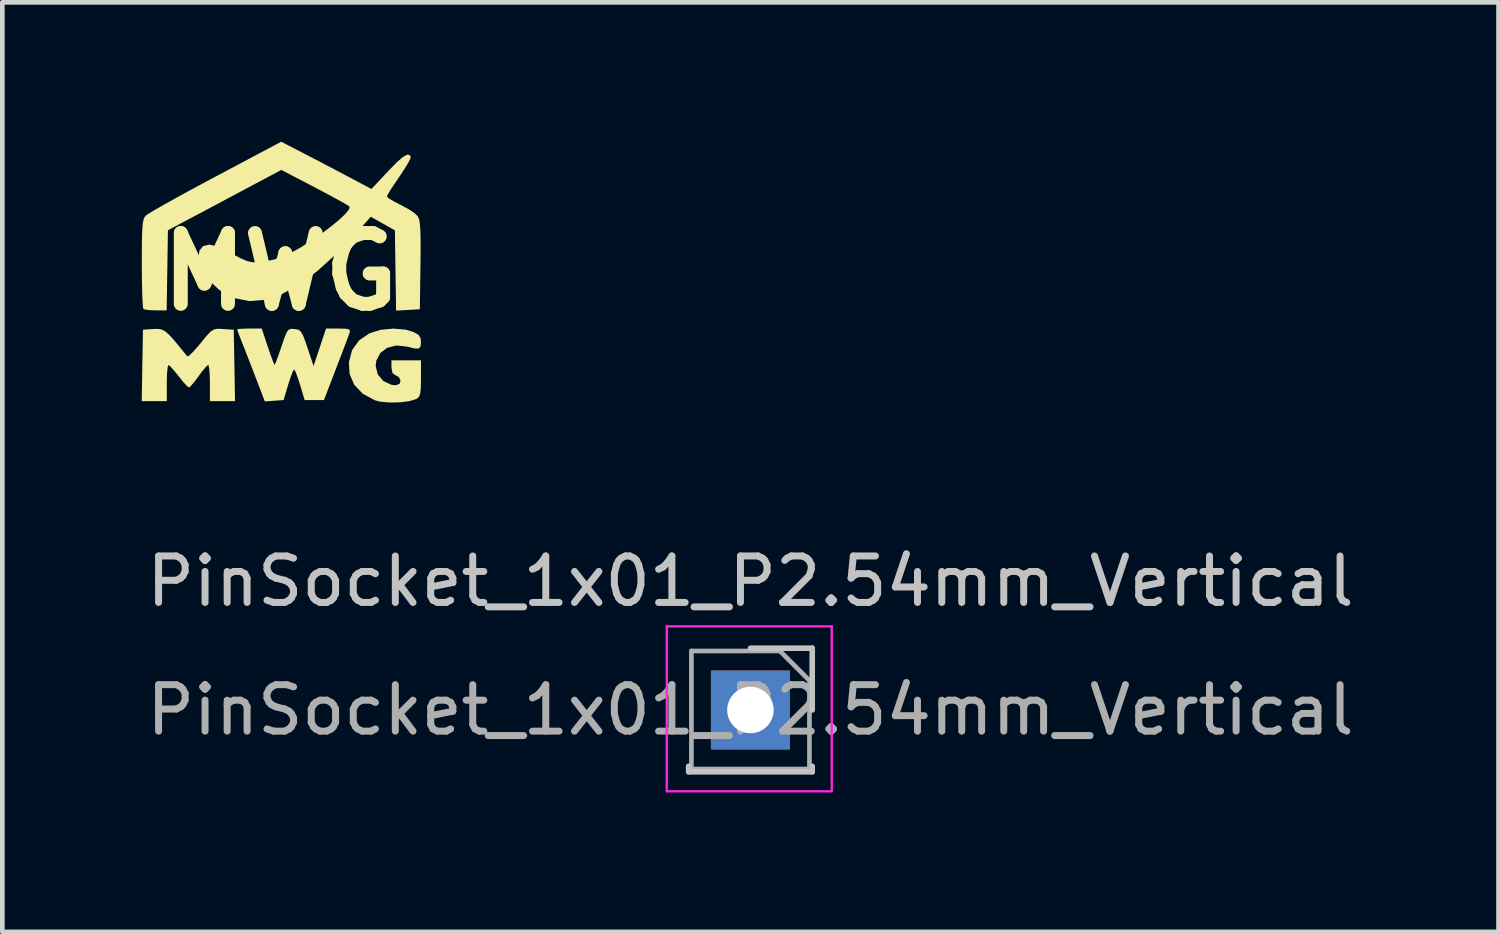
<source format=kicad_pcb>
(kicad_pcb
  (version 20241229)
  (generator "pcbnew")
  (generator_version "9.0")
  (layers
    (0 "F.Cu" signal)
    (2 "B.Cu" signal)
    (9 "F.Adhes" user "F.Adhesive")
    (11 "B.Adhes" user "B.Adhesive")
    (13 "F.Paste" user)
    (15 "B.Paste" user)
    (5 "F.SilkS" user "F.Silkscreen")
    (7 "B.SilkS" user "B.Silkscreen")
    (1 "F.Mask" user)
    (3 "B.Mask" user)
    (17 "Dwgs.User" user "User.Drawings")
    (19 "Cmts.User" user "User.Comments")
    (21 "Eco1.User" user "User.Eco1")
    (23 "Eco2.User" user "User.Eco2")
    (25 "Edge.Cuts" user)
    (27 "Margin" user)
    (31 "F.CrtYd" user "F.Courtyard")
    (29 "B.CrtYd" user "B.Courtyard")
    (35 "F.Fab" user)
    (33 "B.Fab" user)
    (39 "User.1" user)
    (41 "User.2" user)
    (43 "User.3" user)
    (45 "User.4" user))
  (footprint "MWG"
    (layer "F.Cu")
    (at 2.982 2.8)
    (property "Reference" "MWG" (at 0 0 0) (layer "F.SilkS") (effects (font (size 1.524 1.524) (thickness 0.3))))
    (attr board_only exclude_from_pos_files exclude_from_bom)
    (fp_poly (pts (xy -1.232 1.231) (xy -1.23 1.231) (xy -1.001 1.246) (xy -0.974 2.784) (xy -1.514 2.784) (xy -1.514 2.393) (xy -1.518 2.212) (xy -1.53 2.076) (xy -1.546 2.008) (xy -1.551 2.004) (xy -1.596 2.041) (xy -1.677 2.137) (xy -1.758 2.247) (xy -1.854 2.375) (xy -1.93 2.463) (xy -1.965 2.49) (xy -2.011 2.455) (xy -2.096 2.362) (xy -2.185 2.25) (xy -2.287 2.123) (xy -2.368 2.034) (xy -2.406 2.005) (xy -2.423 2.049) (xy -2.435 2.167) (xy -2.442 2.338) (xy -2.442 2.393) (xy -2.442 2.784) (xy -2.982 2.784) (xy -2.969 2.015) (xy -2.955 1.246) (xy -2.729 1.231) (xy -2.635 1.228) (xy -2.557 1.24) (xy -2.481 1.278) (xy -2.394 1.353) (xy -2.283 1.475) (xy -2.134 1.656) (xy -2.002 1.82) (xy -1.96 1.802) (xy -1.875 1.721) (xy -1.762 1.594) (xy -1.715 1.537) (xy -1.589 1.381) (xy -1.5 1.287) (xy -1.426 1.24) (xy -1.345 1.226)) (stroke (width 0) (type solid)) (fill yes) (layer "F.SilkS"))
    (fp_poly (pts (xy 2.703 1.246) (xy 2.859 1.292) (xy 2.975 1.355) (xy 3.022 1.435) (xy 3.028 1.512) (xy 3.019 1.607) (xy 2.979 1.651) (xy 2.887 1.649) (xy 2.723 1.609) (xy 2.721 1.609) (xy 2.498 1.585) (xy 2.302 1.635) (xy 2.153 1.747) (xy 2.067 1.911) (xy 2.053 2.026) (xy 2.099 2.209) (xy 2.219 2.351) (xy 2.392 2.432) (xy 2.488 2.442) (xy 2.568 2.41) (xy 2.589 2.337) (xy 2.55 2.263) (xy 2.491 2.233) (xy 2.416 2.18) (xy 2.393 2.062) (xy 2.393 2.056) (xy 2.393 1.905) (xy 3.028 1.905) (xy 3.028 2.294) (xy 3.025 2.493) (xy 3.013 2.617) (xy 2.987 2.688) (xy 2.941 2.73) (xy 2.93 2.736) (xy 2.783 2.783) (xy 2.577 2.809) (xy 2.353 2.813) (xy 2.148 2.794) (xy 2.035 2.765) (xy 1.777 2.626) (xy 1.594 2.434) (xy 1.492 2.2) (xy 1.477 1.952) (xy 1.545 1.687) (xy 1.694 1.477) (xy 1.921 1.323) (xy 2.159 1.248) (xy 2.434 1.222)) (stroke (width 0) (type solid)) (fill yes) (layer "F.SilkS"))
    (fp_poly (pts (xy -0.269 1.612) (xy -0.208 1.789) (xy -0.158 1.925) (xy -0.127 1.997) (xy -0.122 2.003) (xy -0.1 1.96) (xy -0.057 1.845) (xy 0.001 1.681) (xy 0.025 1.609) (xy 0.09 1.419) (xy 0.138 1.303) (xy 0.182 1.245) (xy 0.236 1.227) (xy 0.306 1.231) (xy 0.382 1.244) (xy 0.437 1.28) (xy 0.485 1.357) (xy 0.539 1.495) (xy 0.586 1.636) (xy 0.717 2.027) (xy 0.985 1.221) (xy 1.253 1.221) (xy 1.406 1.225) (xy 1.482 1.241) (xy 1.5 1.278) (xy 1.493 1.307) (xy 1.467 1.381) (xy 1.412 1.528) (xy 1.336 1.729) (xy 1.245 1.966) (xy 1.203 2.076) (xy 0.94 2.76) (xy 0.524 2.76) (xy 0.426 2.43) (xy 0.373 2.268) (xy 0.328 2.15) (xy 0.299 2.101) (xy 0.298 2.101) (xy 0.271 2.144) (xy 0.226 2.257) (xy 0.174 2.417) (xy 0.17 2.43) (xy 0.072 2.76) (xy -0.332 2.789) (xy -0.563 2.188) (xy -0.656 1.947) (xy -0.743 1.725) (xy -0.813 1.544) (xy -0.859 1.429) (xy -0.861 1.423) (xy -0.905 1.31) (xy -0.927 1.244) (xy -0.928 1.24) (xy -0.884 1.229) (xy -0.77 1.223) (xy -0.663 1.221) (xy -0.399 1.221)) (stroke (width 0) (type solid)) (fill yes) (layer "F.SilkS"))
    (fp_poly (pts (xy 0.438 -2.584) (xy 0.656 -2.471) (xy 0.923 -2.332) (xy 1.202 -2.185) (xy 1.409 -2.076) (xy 1.963 -1.783) (xy 2.323 -2.167) (xy 2.507 -2.356) (xy 2.64 -2.472) (xy 2.728 -2.522) (xy 2.762 -2.521) (xy 2.806 -2.493) (xy 2.802 -2.44) (xy 2.749 -2.337) (xy 2.731 -2.308) (xy 2.638 -2.159) (xy 2.521 -1.983) (xy 2.459 -1.893) (xy 2.371 -1.761) (xy 2.311 -1.66) (xy 2.296 -1.621) (xy 2.337 -1.581) (xy 2.443 -1.516) (xy 2.593 -1.439) (xy 2.596 -1.438) (xy 2.76 -1.349) (xy 2.894 -1.259) (xy 2.963 -1.191) (xy 2.988 -1.132) (xy 3.005 -1.033) (xy 3.016 -0.88) (xy 3.02 -0.662) (xy 3.02 -0.367) (xy 3.017 -0.141) (xy 3.004 0.806) (xy 2.749 0.821) (xy 2.493 0.835) (xy 2.48 -0.028) (xy 2.467 -0.892) (xy 2.207 -1.039) (xy 1.948 -1.185) (xy 1.694 -0.9) (xy 1.237 -0.415) (xy 0.806 -0.023) (xy 0.403 0.277) (xy 0.024 0.486) (xy -0.332 0.603) (xy -0.665 0.63) (xy -0.978 0.568) (xy -1.272 0.416) (xy -1.33 0.374) (xy -1.506 0.21) (xy -1.639 0.03) (xy -1.724 -0.152) (xy -1.758 -0.319) (xy -1.739 -0.458) (xy -1.663 -0.552) (xy -1.527 -0.586) (xy -1.433 -0.564) (xy -1.282 -0.504) (xy -1.1 -0.419) (xy -1.036 -0.386) (xy -0.847 -0.288) (xy -0.712 -0.231) (xy -0.598 -0.206) (xy -0.477 -0.205) (xy -0.379 -0.214) (xy -0.124 -0.267) (xy 0.147 -0.368) (xy 0.207 -0.397) (xy 0.423 -0.515) (xy 0.649 -0.657) (xy 0.873 -0.811) (xy 1.081 -0.967) (xy 1.261 -1.114) (xy 1.398 -1.243) (xy 1.48 -1.343) (xy 1.493 -1.403) (xy 1.49 -1.406) (xy 1.432 -1.443) (xy 1.303 -1.517) (xy 1.118 -1.618) (xy 0.894 -1.738) (xy 0.732 -1.823) (xy 0.023 -2.193) (xy -2.418 -0.894) (xy -2.431 -0.032) (xy -2.445 0.83) (xy -2.68 0.83) (xy -2.824 0.824) (xy -2.924 0.808) (xy -2.947 0.798) (xy -2.957 0.741) (xy -2.966 0.602) (xy -2.973 0.397) (xy -2.978 0.14) (xy -2.98 -0.152) (xy -2.98 -0.179) (xy -2.979 -0.509) (xy -2.976 -0.756) (xy -2.969 -0.933) (xy -2.957 -1.054) (xy -2.94 -1.133) (xy -2.915 -1.184) (xy -2.891 -1.212) (xy -2.827 -1.256) (xy -2.688 -1.339) (xy -2.485 -1.455) (xy -2.228 -1.598) (xy -1.928 -1.762) (xy -1.597 -1.941) (xy -1.391 -2.05) (xy 0.02 -2.8)) (stroke (width 0) (type solid)) (fill yes) (layer "F.SilkS")))
  (footprint "PinSocket_1x01_P2.54mm_Vertical"
    (layer "F.Cu")
    (at 13.101 12.231)
    (property "Reference" "PinSocket_1x01_P2.54mm_Vertical" (at 0 -2.77 0) (layer "Dwgs.User") (effects (font (size 1 1) (thickness 0.15))))
    (attr through_hole)
    (fp_line (start -1.33 1.21) (end -1.33 1.33) (stroke (width 0.12) (type solid)) (layer "Dwgs.User"))
    (fp_line (start -1.33 1.33) (end 1.33 1.33) (stroke (width 0.12) (type solid)) (layer "Dwgs.User"))
    (fp_line (start 0 -1.33) (end 1.33 -1.33) (stroke (width 0.12) (type solid)) (layer "Dwgs.User"))
    (fp_line (start 1.33 -1.33) (end 1.33 0) (stroke (width 0.12) (type solid)) (layer "Dwgs.User"))
    (fp_line (start 1.33 1.21) (end 1.33 1.33) (stroke (width 0.12) (type solid)) (layer "Dwgs.User"))
    (fp_line (start -1.8 -1.8) (end 1.75 -1.8) (stroke (width 0.05) (type solid)) (layer "F.CrtYd"))
    (fp_line (start -1.8 1.75) (end -1.8 -1.8) (stroke (width 0.05) (type solid)) (layer "F.CrtYd"))
    (fp_line (start 1.75 -1.8) (end 1.75 1.75) (stroke (width 0.05) (type solid)) (layer "F.CrtYd"))
    (fp_line (start 1.75 1.75) (end -1.8 1.75) (stroke (width 0.05) (type solid)) (layer "F.CrtYd"))
    (fp_line (start -1.27 -1.27) (end 0.635 -1.27) (stroke (width 0.1) (type solid)) (layer "F.Fab"))
    (fp_line (start -1.27 1.27) (end -1.27 -1.27) (stroke (width 0.1) (type solid)) (layer "F.Fab"))
    (fp_line (start 0.635 -1.27) (end 1.27 -0.635) (stroke (width 0.1) (type solid)) (layer "F.Fab"))
    (fp_line (start 1.27 -0.635) (end 1.27 1.27) (stroke (width 0.1) (type solid)) (layer "F.Fab"))
    (fp_line (start 1.27 1.27) (end -1.27 1.27) (stroke (width 0.1) (type solid)) (layer "F.Fab"))
    (fp_text user "${REFERENCE}" (at 0 0 0) (layer "F.Fab") (effects (font (size 1 1) (thickness 0.15))))
    (pad "1" thru_hole rect (at 0 0) (size 1.7 1.7) (drill 1) (layers "*.Cu" "*.Mask")))
  (gr_rect
    (start -3 -3)
    (end 29.202 17.006)
    (stroke (width 0.1) (type default))
    (fill no)
    (layer "Edge.Cuts")))
</source>
